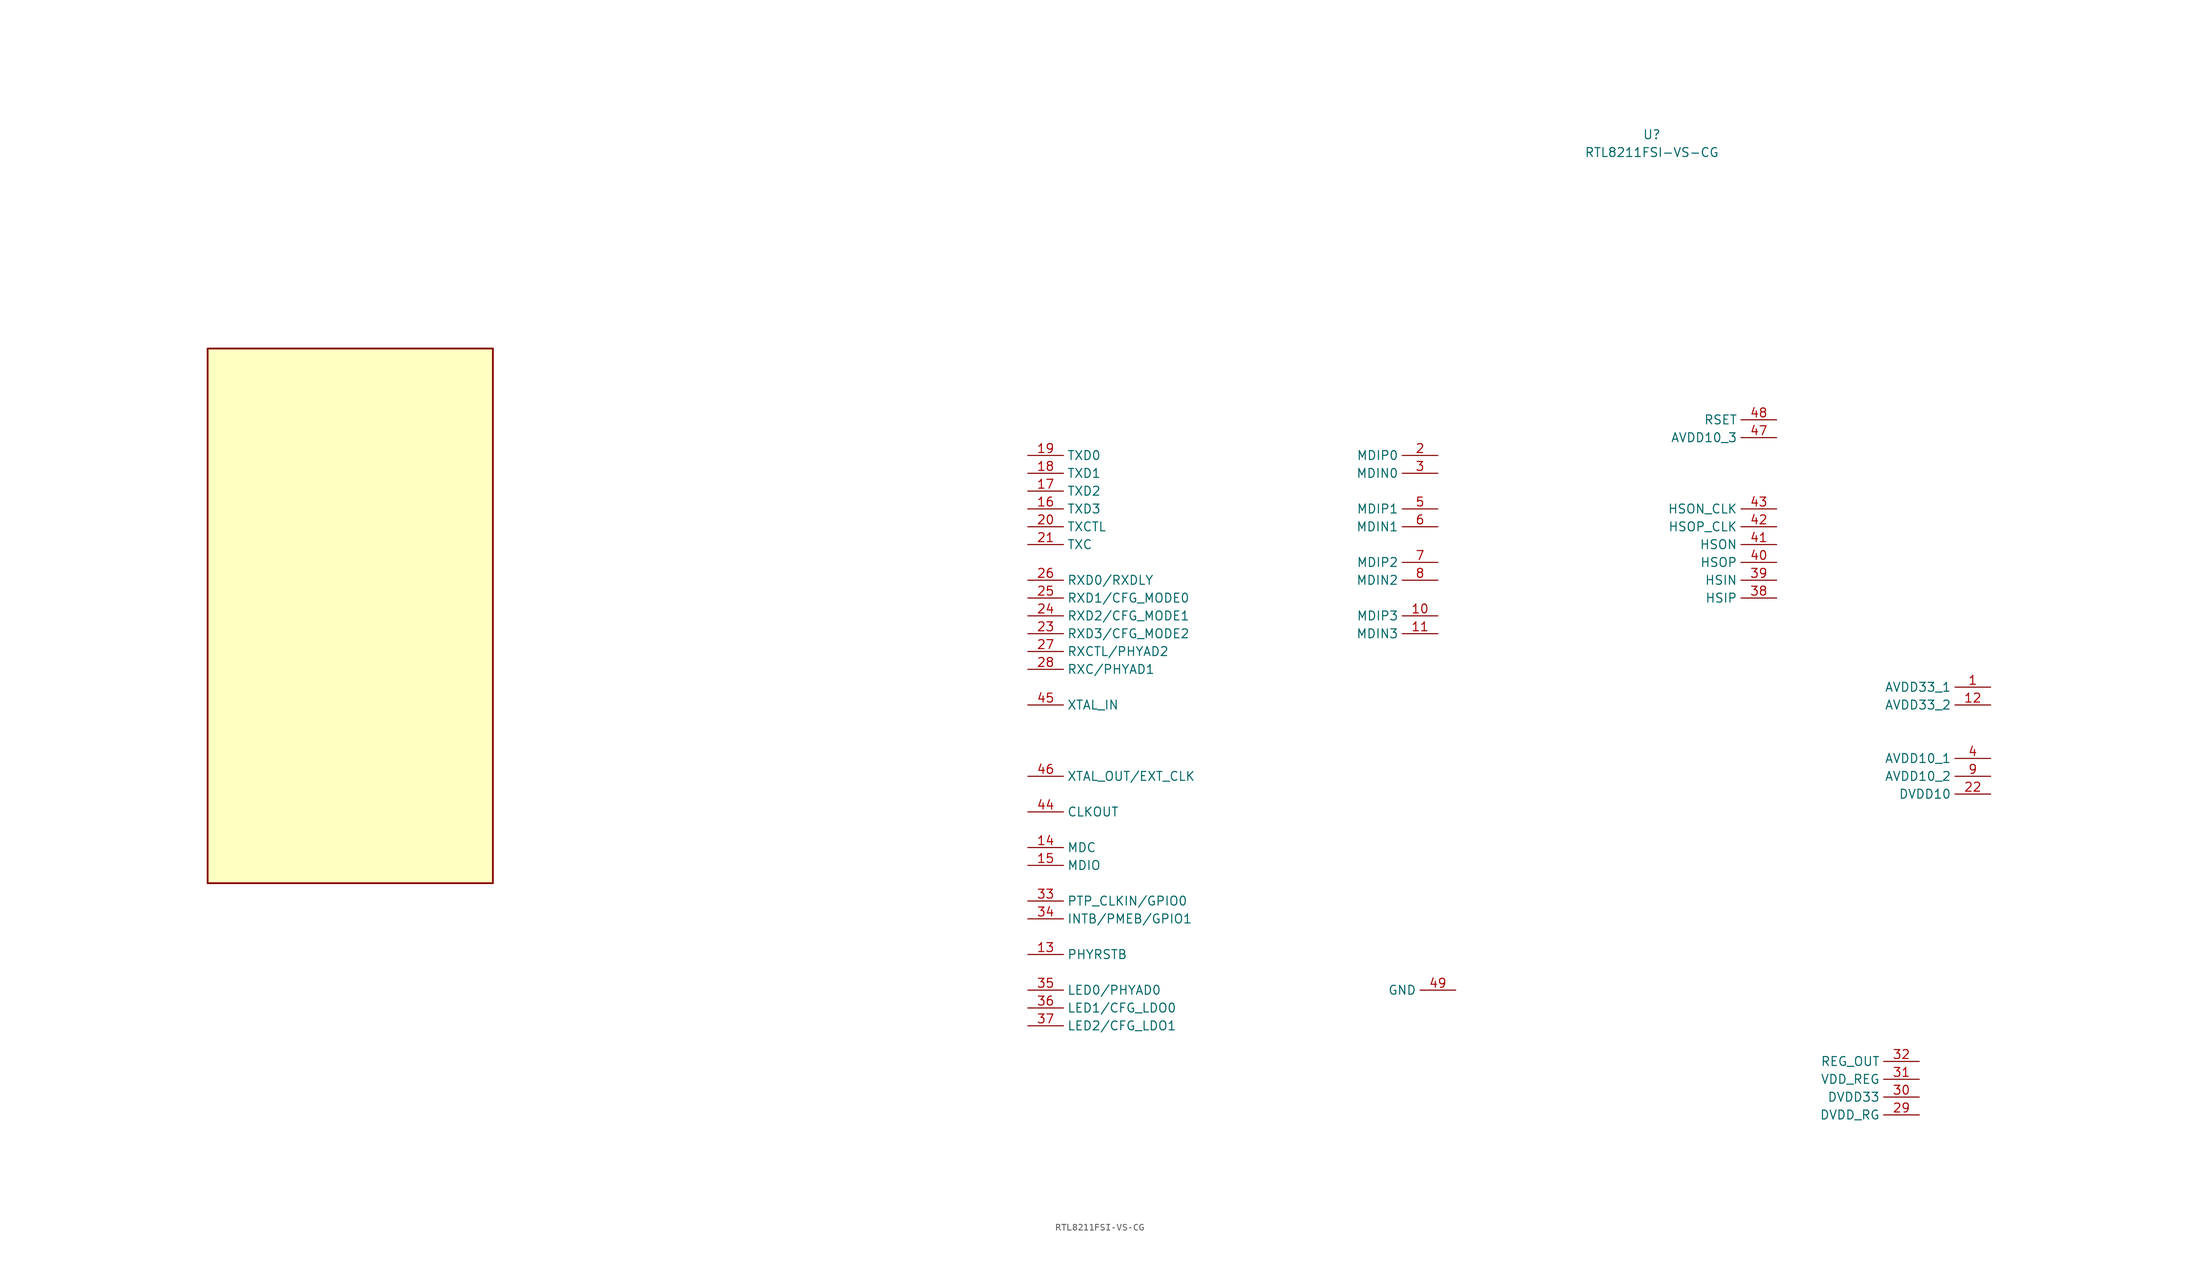
<source format=kicad_sym>
(kicad_symbol_lib
  (version 20241209)
  (generator "kicad_symbol_editor")
  (generator_version "9.0")
  (symbol "RTL8211FSI-VS-CG"
    (property "Reference" "U"
      (at 106.68 35.56 0)
      (effects (font (size 1.27 1.27))))
    (property "Value" "RTL8211FSI-VS-CG"
      (at 106.68 33.02 0)
      (effects (font (size 1.27 1.27))))
    (symbol "RTL8211FSI-VS-CG_1_1"
      (rectangle (start -99.06 5.08) (end -58.42 -71.12) (stroke (width 0.254) (type default)) (fill (type background)))
      (pin passive line (at 17.78 -10.16 0) (length 5.08) (name "TXD0" (effects (font (size 1.27 1.27)))) (number "19" (effects (font (size 1.27 1.27)))))
      (pin passive line (at 17.78 -12.7 0) (length 5.08) (name "TXD1" (effects (font (size 1.27 1.27)))) (number "18" (effects (font (size 1.27 1.27)))))
      (pin passive line (at 17.78 -15.24 0) (length 5.08) (name "TXD2" (effects (font (size 1.27 1.27)))) (number "17" (effects (font (size 1.27 1.27)))))
      (pin passive line (at 17.78 -17.78 0) (length 5.08) (name "TXD3" (effects (font (size 1.27 1.27)))) (number "16" (effects (font (size 1.27 1.27)))))
      (pin passive line (at 17.78 -20.32 0) (length 5.08) (name "TXCTL" (effects (font (size 1.27 1.27)))) (number "20" (effects (font (size 1.27 1.27)))))
      (pin passive line (at 17.78 -22.86 0) (length 5.08) (name "TXC" (effects (font (size 1.27 1.27)))) (number "21" (effects (font (size 1.27 1.27)))))
      (pin passive line (at 17.78 -27.94 0) (length 5.08) (name "RXD0/RXDLY" (effects (font (size 1.27 1.27)))) (number "26" (effects (font (size 1.27 1.27)))))
      (pin passive line (at 17.78 -30.48 0) (length 5.08) (name "RXD1/CFG_MODE0" (effects (font (size 1.27 1.27)))) (number "25" (effects (font (size 1.27 1.27)))))
      (pin passive line (at 17.78 -33.02 0) (length 5.08) (name "RXD2/CFG_MODE1" (effects (font (size 1.27 1.27)))) (number "24" (effects (font (size 1.27 1.27)))))
      (pin passive line (at 17.78 -35.56 0) (length 5.08) (name "RXD3/CFG_MODE2" (effects (font (size 1.27 1.27)))) (number "23" (effects (font (size 1.27 1.27)))))
      (pin passive line (at 17.78 -38.1 0) (length 5.08) (name "RXCTL/PHYAD2" (effects (font (size 1.27 1.27)))) (number "27" (effects (font (size 1.27 1.27)))))
      (pin passive line (at 17.78 -40.64 0) (length 5.08) (name "RXC/PHYAD1" (effects (font (size 1.27 1.27)))) (number "28" (effects (font (size 1.27 1.27)))))
      (pin passive line (at 17.78 -45.72 0) (length 5.08) (name "XTAL_IN" (effects (font (size 1.27 1.27)))) (number "45" (effects (font (size 1.27 1.27)))))
      (pin passive line (at 17.78 -55.88 0) (length 5.08) (name "XTAL_OUT/EXT_CLK" (effects (font (size 1.27 1.27)))) (number "46" (effects (font (size 1.27 1.27)))))
      (pin passive line (at 17.78 -60.96 0) (length 5.08) (name "CLKOUT" (effects (font (size 1.27 1.27)))) (number "44" (effects (font (size 1.27 1.27)))))
      (pin passive line (at 17.78 -66.04 0) (length 5.08) (name "MDC" (effects (font (size 1.27 1.27)))) (number "14" (effects (font (size 1.27 1.27)))))
      (pin passive line (at 17.78 -68.58 0) (length 5.08) (name "MDIO" (effects (font (size 1.27 1.27)))) (number "15" (effects (font (size 1.27 1.27)))))
      (pin passive line (at 17.78 -73.66 0) (length 5.08) (name "PTP_CLKIN/GPIO0" (effects (font (size 1.27 1.27)))) (number "33" (effects (font (size 1.27 1.27)))))
      (pin passive line (at 17.78 -76.2 0) (length 5.08) (name "INTB/PMEB/GPIO1" (effects (font (size 1.27 1.27)))) (number "34" (effects (font (size 1.27 1.27)))))
      (pin passive line (at 17.78 -81.28 0) (length 5.08) (name "PHYRSTB" (effects (font (size 1.27 1.27)))) (number "13" (effects (font (size 1.27 1.27)))))
      (pin passive line (at 17.78 -86.36 0) (length 5.08) (name "LED0/PHYAD0" (effects (font (size 1.27 1.27)))) (number "35" (effects (font (size 1.27 1.27)))))
      (pin passive line (at 17.78 -88.9 0) (length 5.08) (name "LED1/CFG_LDO0" (effects (font (size 1.27 1.27)))) (number "36" (effects (font (size 1.27 1.27)))))
      (pin passive line (at 17.78 -91.44 0) (length 5.08) (name "LED2/CFG_LDO1" (effects (font (size 1.27 1.27)))) (number "37" (effects (font (size 1.27 1.27)))))
      (pin passive line (at 76.2 -10.16 180) (length 5.08) (name "MDIP0" (effects (font (size 1.27 1.27)))) (number "2" (effects (font (size 1.27 1.27)))))
      (pin passive line (at 76.2 -12.7 180) (length 5.08) (name "MDIN0" (effects (font (size 1.27 1.27)))) (number "3" (effects (font (size 1.27 1.27)))))
      (pin passive line (at 76.2 -17.78 180) (length 5.08) (name "MDIP1" (effects (font (size 1.27 1.27)))) (number "5" (effects (font (size 1.27 1.27)))))
      (pin passive line (at 76.2 -20.32 180) (length 5.08) (name "MDIN1" (effects (font (size 1.27 1.27)))) (number "6" (effects (font (size 1.27 1.27)))))
      (pin passive line (at 76.2 -25.4 180) (length 5.08) (name "MDIP2" (effects (font (size 1.27 1.27)))) (number "7" (effects (font (size 1.27 1.27)))))
      (pin passive line (at 76.2 -27.94 180) (length 5.08) (name "MDIN2" (effects (font (size 1.27 1.27)))) (number "8" (effects (font (size 1.27 1.27)))))
      (pin passive line (at 76.2 -33.02 180) (length 5.08) (name "MDIP3" (effects (font (size 1.27 1.27)))) (number "10" (effects (font (size 1.27 1.27)))))
      (pin passive line (at 76.2 -35.56 180) (length 5.08) (name "MDIN3" (effects (font (size 1.27 1.27)))) (number "11" (effects (font (size 1.27 1.27)))))
      (pin passive line (at 78.74 -86.36 180) (length 5.08) (name "GND" (effects (font (size 1.27 1.27)))) (number "49" (effects (font (size 1.27 1.27)))))
      (pin passive line (at 124.46 -5.08 180) (length 5.08) (name "RSET" (effects (font (size 1.27 1.27)))) (number "48" (effects (font (size 1.27 1.27)))))
      (pin passive line (at 124.46 -7.62 180) (length 5.08) (name "AVDD10_3" (effects (font (size 1.27 1.27)))) (number "47" (effects (font (size 1.27 1.27)))))
      (pin passive line (at 124.46 -17.78 180) (length 5.08) (name "HSON_CLK" (effects (font (size 1.27 1.27)))) (number "43" (effects (font (size 1.27 1.27)))))
      (pin passive line (at 124.46 -20.32 180) (length 5.08) (name "HSOP_CLK" (effects (font (size 1.27 1.27)))) (number "42" (effects (font (size 1.27 1.27)))))
      (pin passive line (at 124.46 -22.86 180) (length 5.08) (name "HSON" (effects (font (size 1.27 1.27)))) (number "41" (effects (font (size 1.27 1.27)))))
      (pin passive line (at 124.46 -25.4 180) (length 5.08) (name "HSOP" (effects (font (size 1.27 1.27)))) (number "40" (effects (font (size 1.27 1.27)))))
      (pin passive line (at 124.46 -27.94 180) (length 5.08) (name "HSIN" (effects (font (size 1.27 1.27)))) (number "39" (effects (font (size 1.27 1.27)))))
      (pin passive line (at 124.46 -30.48 180) (length 5.08) (name "HSIP" (effects (font (size 1.27 1.27)))) (number "38" (effects (font (size 1.27 1.27)))))
      (pin passive line (at 144.78 -96.52 180) (length 5.08) (name "REG_OUT" (effects (font (size 1.27 1.27)))) (number "32" (effects (font (size 1.27 1.27)))))
      (pin passive line (at 144.78 -99.06 180) (length 5.08) (name "VDD_REG" (effects (font (size 1.27 1.27)))) (number "31" (effects (font (size 1.27 1.27)))))
      (pin passive line (at 144.78 -101.6 180) (length 5.08) (name "DVDD33" (effects (font (size 1.27 1.27)))) (number "30" (effects (font (size 1.27 1.27)))))
      (pin passive line (at 144.78 -104.14 180) (length 5.08) (name "DVDD_RG" (effects (font (size 1.27 1.27)))) (number "29" (effects (font (size 1.27 1.27)))))
      (pin passive line (at 154.94 -43.18 180) (length 5.08) (name "AVDD33_1" (effects (font (size 1.27 1.27)))) (number "1" (effects (font (size 1.27 1.27)))))
      (pin passive line (at 154.94 -45.72 180) (length 5.08) (name "AVDD33_2" (effects (font (size 1.27 1.27)))) (number "12" (effects (font (size 1.27 1.27)))))
      (pin passive line (at 154.94 -53.34 180) (length 5.08) (name "AVDD10_1" (effects (font (size 1.27 1.27)))) (number "4" (effects (font (size 1.27 1.27)))))
      (pin passive line (at 154.94 -55.88 180) (length 5.08) (name "AVDD10_2" (effects (font (size 1.27 1.27)))) (number "9" (effects (font (size 1.27 1.27)))))
      (pin passive line (at 154.94 -58.42 180) (length 5.08) (name "DVDD10" (effects (font (size 1.27 1.27)))) (number "22" (effects (font (size 1.27 1.27))))))))
</source>
